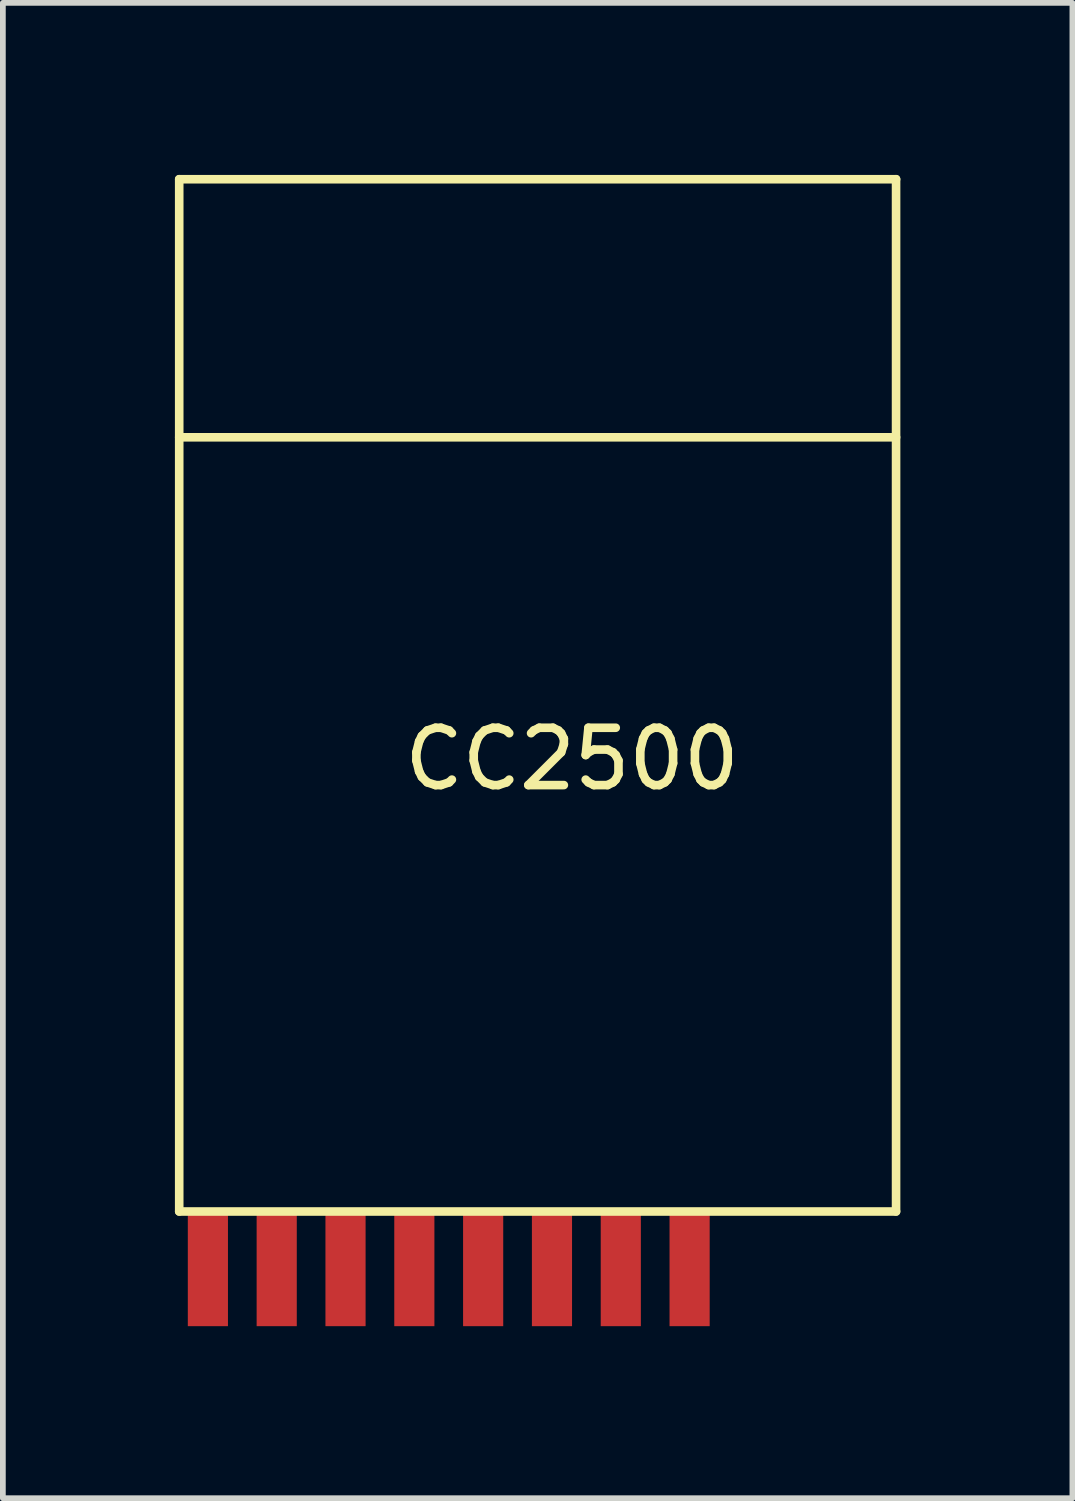
<source format=kicad_pcb>
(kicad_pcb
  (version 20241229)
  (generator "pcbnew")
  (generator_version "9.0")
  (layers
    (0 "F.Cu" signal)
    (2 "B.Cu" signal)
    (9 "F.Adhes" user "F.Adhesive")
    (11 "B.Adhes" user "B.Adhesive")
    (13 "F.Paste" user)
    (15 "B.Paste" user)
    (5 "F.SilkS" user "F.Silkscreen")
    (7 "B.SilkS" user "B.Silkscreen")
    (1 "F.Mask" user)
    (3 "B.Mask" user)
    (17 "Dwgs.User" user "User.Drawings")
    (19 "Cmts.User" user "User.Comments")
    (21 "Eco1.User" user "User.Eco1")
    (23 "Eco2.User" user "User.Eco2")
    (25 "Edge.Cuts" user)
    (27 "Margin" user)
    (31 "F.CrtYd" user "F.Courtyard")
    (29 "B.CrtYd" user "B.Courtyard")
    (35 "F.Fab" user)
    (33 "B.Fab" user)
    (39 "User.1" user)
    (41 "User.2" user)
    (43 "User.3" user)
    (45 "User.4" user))
  (footprint "CC2500"
    (layer "F.Cu")
    (at 0.575 19.075)
    (property "Reference" "CC2500" (at 6.35 -8.89 0) (layer "F.SilkS") (effects (font (size 1 1) (thickness 0.15))))
    (attr through_hole)
    (fp_line (start -0.5 -19) (end 12 -19) (stroke (width 0.15) (type solid)) (layer "F.SilkS"))
    (fp_line (start -0.5 -14.5) (end 12 -14.5) (stroke (width 0.15) (type solid)) (layer "F.SilkS"))
    (fp_line (start -0.5 -1) (end -0.5 -19) (stroke (width 0.15) (type solid)) (layer "F.SilkS"))
    (fp_line (start -0.5 -1) (end 12 -1) (stroke (width 0.15) (type solid)) (layer "F.SilkS"))
    (fp_line (start 12 -1) (end 12 -19) (stroke (width 0.15) (type solid)) (layer "F.SilkS"))
    (pad "1" smd rect (at 0 0) (size 0.7 2) (layers "F.Cu" "F.Mask" "F.Paste"))
    (pad "2" smd rect (at 1.2 0) (size 0.7 2) (layers "F.Cu" "F.Mask" "F.Paste"))
    (pad "3" smd rect (at 2.4 0) (size 0.7 2) (layers "F.Cu" "F.Mask" "F.Paste"))
    (pad "4" smd rect (at 3.6 0) (size 0.7 2) (layers "F.Cu" "F.Mask" "F.Paste"))
    (pad "5" smd rect (at 4.8 0) (size 0.7 2) (layers "F.Cu" "F.Mask" "F.Paste"))
    (pad "6" smd rect (at 6 0) (size 0.7 2) (layers "F.Cu" "F.Mask" "F.Paste"))
    (pad "7" smd rect (at 7.2 0) (size 0.7 2) (layers "F.Cu" "F.Mask" "F.Paste"))
    (pad "8" smd rect (at 8.4 0) (size 0.7 2) (layers "F.Cu" "F.Mask" "F.Paste")))
  (gr_rect
    (start -3 -3)
    (end 15.65 23.075)
    (stroke (width 0.1) (type default))
    (fill no)
    (layer "Edge.Cuts")))
</source>
